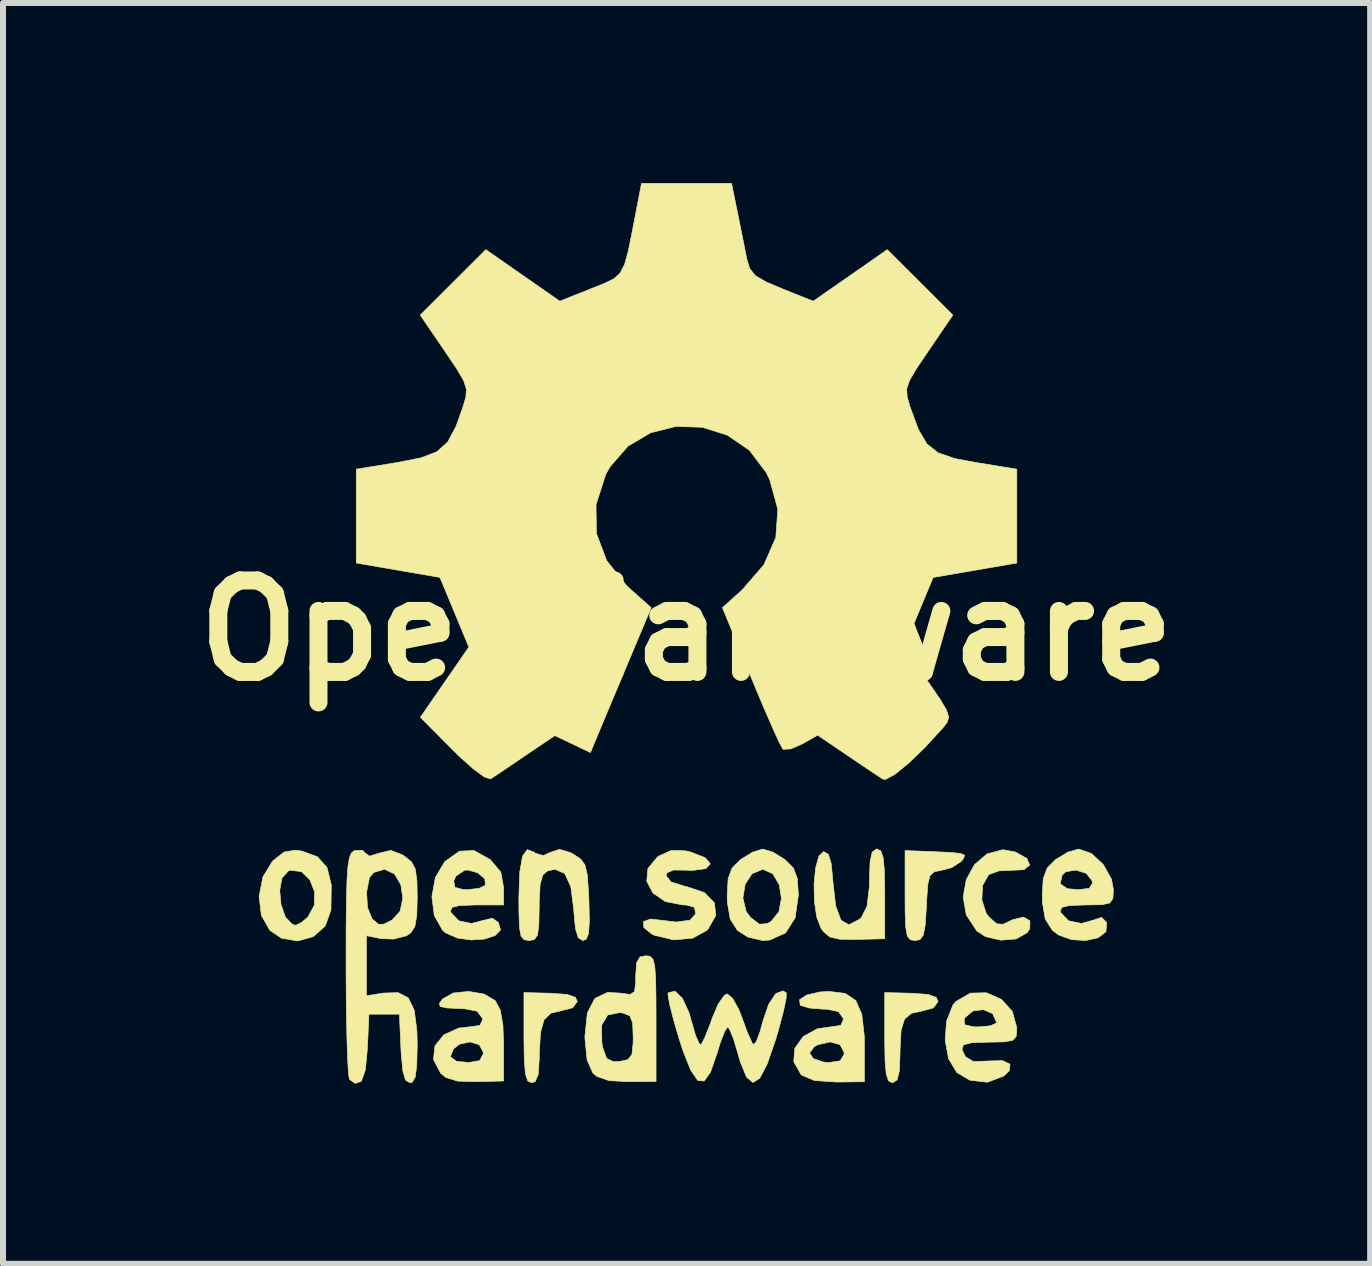
<source format=kicad_pcb>
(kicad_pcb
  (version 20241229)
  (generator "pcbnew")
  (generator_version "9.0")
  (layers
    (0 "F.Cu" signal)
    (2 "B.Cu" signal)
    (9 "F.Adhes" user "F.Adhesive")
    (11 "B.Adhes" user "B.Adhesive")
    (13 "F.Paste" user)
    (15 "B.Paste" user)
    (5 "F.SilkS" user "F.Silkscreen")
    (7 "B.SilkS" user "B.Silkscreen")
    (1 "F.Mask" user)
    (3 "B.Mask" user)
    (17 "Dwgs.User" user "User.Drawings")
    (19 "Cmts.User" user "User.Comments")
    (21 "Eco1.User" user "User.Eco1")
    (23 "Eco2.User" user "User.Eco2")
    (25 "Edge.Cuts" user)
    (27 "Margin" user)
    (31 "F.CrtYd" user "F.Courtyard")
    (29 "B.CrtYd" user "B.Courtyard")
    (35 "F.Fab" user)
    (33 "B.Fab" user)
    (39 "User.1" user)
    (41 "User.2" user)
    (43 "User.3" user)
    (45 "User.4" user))
  (footprint "OpenHardware"
    (layer "F.Cu")
    (at 8.389 7.456)
    (property "Reference" "OpenHardware" (at 0 0 0) (layer "F.SilkS") (effects (font (size 1.524 1.524) (thickness 0.3))))
    (attr through_hole)
    (fp_poly (pts (xy -2.265 6.043) (xy -1.989 6.063) (xy -1.851 6.112) (xy -1.82 6.181) (xy -1.899 6.286) (xy -2.087 6.334) (xy -2.264 6.377) (xy -2.375 6.488) (xy -2.433 6.697) (xy -2.453 7.035) (xy -2.454 7.133) (xy -2.47 7.392) (xy -2.522 7.515) (xy -2.582 7.535) (xy -2.645 7.505) (xy -2.683 7.396) (xy -2.703 7.179) (xy -2.709 6.824) (xy -2.709 6.784) (xy -2.709 6.032) (xy -2.265 6.043)) (stroke (width 0.01) (type solid)) (fill yes) (layer "F.SilkS"))
    (fp_poly (pts (xy 3.747 6.043) (xy 4.022 6.063) (xy 4.16 6.112) (xy 4.191 6.181) (xy 4.114 6.287) (xy 3.937 6.336) (xy 3.746 6.378) (xy 3.632 6.474) (xy 3.575 6.659) (xy 3.558 6.97) (xy 3.557 7.048) (xy 3.546 7.337) (xy 3.508 7.488) (xy 3.436 7.535) (xy 3.429 7.535) (xy 3.367 7.505) (xy 3.328 7.396) (xy 3.308 7.179) (xy 3.302 6.824) (xy 3.302 6.784) (xy 3.302 6.032) (xy 3.747 6.043)) (stroke (width 0.01) (type solid)) (fill yes) (layer "F.SilkS"))
    (fp_poly (pts (xy 4.085 3.683) (xy 4.398 3.697) (xy 4.571 3.715) (xy 4.633 3.745) (xy 4.614 3.8) (xy 4.576 3.847) (xy 4.418 3.95) (xy 4.248 3.995) (xy 4.128 4.019) (xy 4.057 4.082) (xy 4.021 4.222) (xy 4.002 4.48) (xy 3.997 4.593) (xy 3.978 4.899) (xy 3.946 5.072) (xy 3.89 5.149) (xy 3.806 5.165) (xy 3.727 5.151) (xy 3.678 5.088) (xy 3.652 4.943) (xy 3.642 4.684) (xy 3.641 4.415) (xy 3.641 3.666) (xy 4.085 3.683)) (stroke (width 0.01) (type solid)) (fill yes) (layer "F.SilkS"))
    (fp_poly (pts (xy 5.476 3.688) (xy 5.671 3.797) (xy 5.717 3.908) (xy 5.621 3.985) (xy 5.435 3.994) (xy 5.204 4.004) (xy 5.035 4.066) (xy 5.033 4.068) (xy 4.933 4.246) (xy 4.92 4.488) (xy 4.994 4.714) (xy 5.044 4.778) (xy 5.168 4.886) (xy 5.274 4.894) (xy 5.433 4.818) (xy 5.614 4.774) (xy 5.722 4.836) (xy 5.719 4.968) (xy 5.676 5.034) (xy 5.493 5.138) (xy 5.238 5.159) (xy 4.982 5.1) (xy 4.835 5.004) (xy 4.661 4.738) (xy 4.609 4.443) (xy 4.66 4.152) (xy 4.798 3.9) (xy 5.006 3.722) (xy 5.267 3.652) (xy 5.476 3.688)) (stroke (width 0.01) (type solid)) (fill yes) (layer "F.SilkS"))
    (fp_poly (pts (xy 3.237 3.671) (xy 3.276 3.78) (xy 3.296 3.998) (xy 3.302 4.354) (xy 3.302 4.388) (xy 3.302 5.135) (xy 2.837 5.147) (xy 2.555 5.144) (xy 2.388 5.106) (xy 2.279 5.014) (xy 2.24 4.959) (xy 2.168 4.77) (xy 2.13 4.507) (xy 2.125 4.218) (xy 2.151 3.953) (xy 2.205 3.758) (xy 2.286 3.683) (xy 2.363 3.729) (xy 2.411 3.885) (xy 2.439 4.18) (xy 2.439 4.188) (xy 2.485 4.589) (xy 2.574 4.827) (xy 2.705 4.902) (xy 2.878 4.813) (xy 2.915 4.778) (xy 3.007 4.594) (xy 3.046 4.269) (xy 3.048 4.143) (xy 3.058 3.85) (xy 3.093 3.693) (xy 3.162 3.641) (xy 3.175 3.641) (xy 3.237 3.671)) (stroke (width 0.01) (type solid)) (fill yes) (layer "F.SilkS"))
    (fp_poly (pts (xy -6.408 3.675) (xy -6.149 3.77) (xy -5.99 3.949) (xy -5.919 4.237) (xy -5.925 4.657) (xy -6.019 4.922) (xy -6.218 5.099) (xy -6.477 5.172) (xy -6.75 5.126) (xy -6.943 4.995) (xy -7.084 4.746) (xy -7.122 4.429) (xy -7.102 4.33) (xy -6.778 4.33) (xy -6.757 4.566) (xy -6.683 4.775) (xy -6.565 4.898) (xy -6.508 4.911) (xy -6.406 4.857) (xy -6.309 4.773) (xy -6.202 4.578) (xy -6.197 4.356) (xy -6.275 4.154) (xy -6.416 4.017) (xy -6.6 3.994) (xy -6.635 4.006) (xy -6.741 4.124) (xy -6.778 4.33) (xy -7.102 4.33) (xy -7.059 4.106) (xy -6.899 3.843) (xy -6.895 3.839) (xy -6.705 3.69) (xy -6.513 3.659) (xy -6.408 3.675)) (stroke (width 0.01) (type solid)) (fill yes) (layer "F.SilkS"))
    (fp_poly (pts (xy -0.022 3.67) (xy 0.069 3.691) (xy 0.312 3.785) (xy 0.395 3.887) (xy 0.322 3.967) (xy 0.099 3.997) (xy 0.021 3.993) (xy -0.217 3.99) (xy -0.324 4.035) (xy -0.339 4.088) (xy -0.258 4.189) (xy -0.03 4.261) (xy -0.003 4.265) (xy 0.296 4.366) (xy 0.464 4.536) (xy 0.488 4.748) (xy 0.357 4.976) (xy 0.339 4.995) (xy 0.1 5.126) (xy -0.213 5.154) (xy -0.537 5.077) (xy -0.574 5.06) (xy -0.711 4.95) (xy -0.718 4.849) (xy -0.6 4.807) (xy -0.541 4.813) (xy -0.168 4.857) (xy 0.061 4.825) (xy 0.152 4.72) (xy 0.133 4.611) (xy -0.008 4.573) (xy -0.06 4.572) (xy -0.353 4.516) (xy -0.56 4.373) (xy -0.663 4.178) (xy -0.644 3.966) (xy -0.486 3.774) (xy -0.46 3.756) (xy -0.255 3.664) (xy -0.022 3.67)) (stroke (width 0.01) (type solid)) (fill yes) (layer "F.SilkS"))
    (fp_poly (pts (xy -3.375 6.056) (xy -3.188 6.166) (xy -3.104 6.322) (xy -3.059 6.578) (xy -3.048 6.913) (xy -3.048 7.505) (xy -3.503 7.517) (xy -3.816 7.507) (xy -4.01 7.447) (xy -4.096 7.378) (xy -4.217 7.147) (xy -4.212 7.103) (xy -3.936 7.103) (xy -3.83 7.178) (xy -3.627 7.197) (xy -3.447 7.166) (xy -3.388 7.056) (xy -3.387 7.027) (xy -3.453 6.901) (xy -3.607 6.854) (xy -3.784 6.893) (xy -3.884 6.972) (xy -3.936 7.103) (xy -4.212 7.103) (xy -4.192 6.921) (xy -4.043 6.735) (xy -3.791 6.622) (xy -3.616 6.604) (xy -3.443 6.579) (xy -3.399 6.487) (xy -3.404 6.456) (xy -3.489 6.343) (xy -3.705 6.301) (xy -3.727 6.3) (xy -3.987 6.289) (xy -4.107 6.264) (xy -4.116 6.21) (xy -4.064 6.138) (xy -3.887 6.039) (xy -3.633 6.013) (xy -3.375 6.056)) (stroke (width 0.01) (type solid)) (fill yes) (layer "F.SilkS"))
    (fp_poly (pts (xy -1.935 3.7) (xy -1.883 3.728) (xy -1.765 3.806) (xy -1.693 3.905) (xy -1.654 4.068) (xy -1.634 4.337) (xy -1.626 4.511) (xy -1.619 4.849) (xy -1.633 5.05) (xy -1.672 5.144) (xy -1.728 5.165) (xy -1.804 5.12) (xy -1.851 4.967) (xy -1.878 4.675) (xy -1.88 4.644) (xy -1.928 4.268) (xy -2.03 4.048) (xy -2.191 3.978) (xy -2.317 4.006) (xy -2.396 4.074) (xy -2.439 4.229) (xy -2.455 4.505) (xy -2.455 4.612) (xy -2.461 4.91) (xy -2.484 5.077) (xy -2.537 5.15) (xy -2.625 5.165) (xy -2.707 5.151) (xy -2.758 5.089) (xy -2.784 4.944) (xy -2.793 4.683) (xy -2.794 4.45) (xy -2.779 4.023) (xy -2.732 3.758) (xy -2.653 3.65) (xy -2.538 3.694) (xy -2.522 3.71) (xy -2.387 3.749) (xy -2.274 3.698) (xy -2.117 3.645) (xy -1.935 3.7)) (stroke (width 0.01) (type solid)) (fill yes) (layer "F.SilkS"))
    (fp_poly (pts (xy 1.436 3.691) (xy 1.634 3.812) (xy 1.64 3.816) (xy 1.78 3.957) (xy 1.846 4.13) (xy 1.863 4.403) (xy 1.863 4.409) (xy 1.809 4.788) (xy 1.65 5.038) (xy 1.389 5.156) (xy 1.27 5.165) (xy 1.021 5.107) (xy 0.847 4.995) (xy 0.728 4.808) (xy 0.68 4.528) (xy 0.678 4.458) (xy 0.939 4.458) (xy 0.994 4.682) (xy 1.064 4.778) (xy 1.213 4.893) (xy 1.342 4.884) (xy 1.411 4.845) (xy 1.539 4.685) (xy 1.581 4.462) (xy 1.544 4.234) (xy 1.439 4.054) (xy 1.274 3.979) (xy 1.27 3.979) (xy 1.091 4.051) (xy 0.976 4.229) (xy 0.939 4.458) (xy 0.678 4.458) (xy 0.677 4.409) (xy 0.693 4.134) (xy 0.758 3.959) (xy 0.897 3.818) (xy 0.9 3.816) (xy 1.098 3.694) (xy 1.266 3.641) (xy 1.27 3.641) (xy 1.436 3.691)) (stroke (width 0.01) (type solid)) (fill yes) (layer "F.SilkS"))
    (fp_poly (pts (xy 2.645 6.046) (xy 2.82 6.165) (xy 2.92 6.392) (xy 2.961 6.752) (xy 2.963 6.919) (xy 2.963 7.518) (xy 2.5 7.523) (xy 2.131 7.497) (xy 1.917 7.408) (xy 1.908 7.399) (xy 1.786 7.183) (xy 1.798 7.039) (xy 2.05 7.039) (xy 2.113 7.134) (xy 2.287 7.191) (xy 2.376 7.197) (xy 2.559 7.169) (xy 2.623 7.066) (xy 2.625 7.027) (xy 2.557 6.9) (xy 2.393 6.854) (xy 2.186 6.902) (xy 2.127 6.934) (xy 2.05 7.039) (xy 1.798 7.039) (xy 1.805 6.96) (xy 1.943 6.765) (xy 2.177 6.636) (xy 2.396 6.604) (xy 2.569 6.579) (xy 2.612 6.487) (xy 2.608 6.456) (xy 2.531 6.349) (xy 2.337 6.309) (xy 2.271 6.308) (xy 2.049 6.29) (xy 1.905 6.248) (xy 1.894 6.24) (xy 1.883 6.151) (xy 2.004 6.072) (xy 2.221 6.022) (xy 2.379 6.013) (xy 2.645 6.046)) (stroke (width 0.01) (type solid)) (fill yes) (layer "F.SilkS"))
    (fp_poly (pts (xy 5.244 6.143) (xy 5.428 6.344) (xy 5.503 6.62) (xy 5.503 6.631) (xy 5.493 6.761) (xy 5.435 6.828) (xy 5.287 6.854) (xy 5.038 6.858) (xy 4.752 6.867) (xy 4.611 6.905) (xy 4.59 6.986) (xy 4.649 7.103) (xy 4.781 7.182) (xy 5.028 7.172) (xy 5.266 7.166) (xy 5.39 7.226) (xy 5.378 7.334) (xy 5.288 7.421) (xy 5.014 7.526) (xy 4.718 7.492) (xy 4.503 7.363) (xy 4.366 7.135) (xy 4.309 6.826) (xy 4.333 6.505) (xy 4.342 6.484) (xy 4.624 6.484) (xy 4.636 6.568) (xy 4.778 6.602) (xy 4.871 6.604) (xy 5.066 6.585) (xy 5.162 6.539) (xy 5.165 6.53) (xy 5.1 6.383) (xy 4.947 6.317) (xy 4.772 6.338) (xy 4.639 6.45) (xy 4.624 6.484) (xy 4.342 6.484) (xy 4.438 6.24) (xy 4.487 6.181) (xy 4.729 6.041) (xy 4.996 6.035) (xy 5.244 6.143)) (stroke (width 0.01) (type solid)) (fill yes) (layer "F.SilkS"))
    (fp_poly (pts (xy -3.271 3.816) (xy -3.271 3.816) (xy -3.095 4.024) (xy -3.048 4.282) (xy -3.048 4.572) (xy -3.511 4.572) (xy -3.779 4.581) (xy -3.909 4.613) (xy -3.932 4.677) (xy -3.927 4.696) (xy -3.793 4.837) (xy -3.581 4.881) (xy -3.399 4.832) (xy -3.236 4.793) (xy -3.136 4.864) (xy -3.099 4.988) (xy -3.189 5.082) (xy -3.365 5.14) (xy -3.588 5.156) (xy -3.817 5.124) (xy -4.011 5.039) (xy -4.064 4.995) (xy -4.203 4.749) (xy -4.243 4.433) (xy -4.195 4.171) (xy -3.879 4.171) (xy -3.859 4.278) (xy -3.721 4.316) (xy -3.652 4.318) (xy -3.456 4.295) (xy -3.35 4.243) (xy -3.362 4.135) (xy -3.48 4.036) (xy -3.643 3.99) (xy -3.699 3.994) (xy -3.842 4.091) (xy -3.879 4.171) (xy -4.195 4.171) (xy -4.184 4.113) (xy -4.031 3.854) (xy -4.026 3.848) (xy -3.782 3.676) (xy -3.541 3.666) (xy -3.271 3.816)) (stroke (width 0.01) (type solid)) (fill yes) (layer "F.SilkS"))
    (fp_poly (pts (xy -0.607 5.428) (xy -0.559 5.476) (xy -0.53 5.589) (xy -0.515 5.795) (xy -0.509 6.123) (xy -0.508 6.466) (xy -0.508 7.513) (xy -0.967 7.517) (xy -1.292 7.499) (xy -1.493 7.429) (xy -1.56 7.373) (xy -1.657 7.156) (xy -1.693 6.791) (xy -1.693 6.759) (xy -1.674 6.577) (xy -1.415 6.577) (xy -1.411 6.868) (xy -1.396 6.949) (xy -1.332 7.129) (xy -1.217 7.185) (xy -1.114 7.18) (xy -0.975 7.148) (xy -0.909 7.062) (xy -0.89 6.872) (xy -0.889 6.773) (xy -0.898 6.537) (xy -0.945 6.42) (xy -1.056 6.374) (xy -1.115 6.366) (xy -1.314 6.406) (xy -1.415 6.577) (xy -1.674 6.577) (xy -1.653 6.372) (xy -1.528 6.13) (xy -1.315 6.029) (xy -1.103 6.041) (xy -0.939 6.063) (xy -0.866 6.016) (xy -0.847 5.856) (xy -0.847 5.755) (xy -0.832 5.534) (xy -0.774 5.437) (xy -0.677 5.419) (xy -0.607 5.428)) (stroke (width 0.01) (type solid)) (fill yes) (layer "F.SilkS"))
    (fp_poly (pts (xy 6.748 3.715) (xy 6.945 3.9) (xy 7.08 4.142) (xy 7.112 4.314) (xy 7.104 4.462) (xy 7.054 4.539) (xy 6.918 4.568) (xy 6.656 4.572) (xy 6.649 4.572) (xy 6.381 4.581) (xy 6.251 4.613) (xy 6.228 4.677) (xy 6.233 4.696) (xy 6.367 4.837) (xy 6.581 4.88) (xy 6.771 4.827) (xy 6.915 4.779) (xy 6.991 4.855) (xy 6.999 4.873) (xy 6.988 5.019) (xy 6.858 5.118) (xy 6.653 5.164) (xy 6.418 5.151) (xy 6.199 5.073) (xy 6.096 4.995) (xy 5.977 4.808) (xy 5.929 4.528) (xy 5.927 4.409) (xy 5.938 4.22) (xy 6.225 4.22) (xy 6.344 4.301) (xy 6.531 4.318) (xy 6.711 4.295) (xy 6.762 4.211) (xy 6.758 4.17) (xy 6.662 4.047) (xy 6.489 3.991) (xy 6.32 4.018) (xy 6.259 4.074) (xy 6.225 4.22) (xy 5.938 4.22) (xy 5.943 4.134) (xy 6.008 3.959) (xy 6.147 3.818) (xy 6.15 3.816) (xy 6.352 3.693) (xy 6.532 3.641) (xy 6.535 3.641) (xy 6.748 3.715)) (stroke (width 0.01) (type solid)) (fill yes) (layer "F.SilkS"))
    (fp_poly (pts (xy 1.662 6.036) (xy 1.659 6.132) (xy 1.613 6.35) (xy 1.533 6.652) (xy 1.485 6.814) (xy 1.345 7.219) (xy 1.221 7.458) (xy 1.108 7.531) (xy 1.001 7.442) (xy 0.897 7.191) (xy 0.856 7.047) (xy 0.782 6.802) (xy 0.716 6.641) (xy 0.685 6.604) (xy 0.635 6.678) (xy 0.562 6.869) (xy 0.507 7.047) (xy 0.4 7.356) (xy 0.295 7.506) (xy 0.187 7.497) (xy 0.069 7.324) (xy -0.064 6.988) (xy -0.121 6.811) (xy -0.217 6.484) (xy -0.283 6.221) (xy -0.31 6.063) (xy -0.305 6.035) (xy -0.191 6.009) (xy -0.069 6.128) (xy 0.041 6.366) (xy 0.084 6.517) (xy 0.151 6.749) (xy 0.212 6.884) (xy 0.242 6.899) (xy 0.299 6.793) (xy 0.383 6.584) (xy 0.431 6.45) (xy 0.529 6.221) (xy 0.631 6.078) (xy 0.677 6.054) (xy 0.767 6.127) (xy 0.871 6.314) (xy 0.924 6.45) (xy 1.012 6.691) (xy 1.087 6.859) (xy 1.112 6.899) (xy 1.16 6.855) (xy 1.224 6.687) (xy 1.27 6.517) (xy 1.368 6.228) (xy 1.487 6.049) (xy 1.608 6.004) (xy 1.662 6.036)) (stroke (width 0.01) (type solid)) (fill yes) (layer "F.SilkS"))
    (fp_poly (pts (xy -5.355 3.706) (xy -5.282 3.759) (xy -5.12 3.709) (xy -4.928 3.663) (xy -4.736 3.736) (xy -4.702 3.758) (xy -4.584 3.853) (xy -4.519 3.974) (xy -4.492 4.172) (xy -4.487 4.444) (xy -4.495 4.75) (xy -4.527 4.933) (xy -4.595 5.037) (xy -4.667 5.086) (xy -4.884 5.141) (xy -5.09 5.133) (xy -5.334 5.084) (xy -5.334 6.085) (xy -5.052 6.04) (xy -4.804 6.033) (xy -4.636 6.121) (xy -4.537 6.325) (xy -4.493 6.663) (xy -4.487 6.906) (xy -4.495 7.242) (xy -4.52 7.438) (xy -4.569 7.524) (xy -4.61 7.535) (xy -4.682 7.491) (xy -4.727 7.338) (xy -4.754 7.049) (xy -4.759 6.964) (xy -4.784 6.392) (xy -5.292 6.392) (xy -5.317 6.964) (xy -5.351 7.318) (xy -5.418 7.511) (xy -5.521 7.546) (xy -5.616 7.479) (xy -5.633 7.381) (xy -5.647 7.139) (xy -5.659 6.779) (xy -5.668 6.325) (xy -5.672 5.802) (xy -5.673 5.571) (xy -5.672 4.961) (xy -5.667 4.498) (xy -5.663 4.359) (xy -5.331 4.359) (xy -5.316 4.614) (xy -5.242 4.798) (xy -5.232 4.809) (xy -5.134 4.894) (xy -5.043 4.892) (xy -4.905 4.823) (xy -4.772 4.675) (xy -4.727 4.46) (xy -4.761 4.235) (xy -4.865 4.056) (xy -5.03 3.979) (xy -5.038 3.979) (xy -5.211 4.031) (xy -5.283 4.113) (xy -5.331 4.359) (xy -5.663 4.359) (xy -5.658 4.163) (xy -5.642 3.934) (xy -5.618 3.789) (xy -5.585 3.708) (xy -5.54 3.67) (xy -5.53 3.665) (xy -5.395 3.663) (xy -5.355 3.706)) (stroke (width 0.01) (type solid)) (fill yes) (layer "F.SilkS"))
    (fp_poly (pts (xy 0.849 -6.964) (xy 0.915 -6.638) (xy 0.976 -6.333) (xy 1.004 -6.192) (xy 1.052 -6.031) (xy 1.146 -5.914) (xy 1.324 -5.809) (xy 1.586 -5.698) (xy 2.111 -5.488) (xy 2.728 -5.917) (xy 3.344 -6.347) (xy 3.891 -5.801) (xy 4.437 -5.256) (xy 4.027 -4.655) (xy 3.83 -4.363) (xy 3.715 -4.166) (xy 3.668 -4.023) (xy 3.677 -3.89) (xy 3.725 -3.725) (xy 3.727 -3.721) (xy 3.862 -3.353) (xy 4.003 -3.111) (xy 4.193 -2.961) (xy 4.473 -2.865) (xy 4.814 -2.801) (xy 5.503 -2.689) (xy 5.503 -1.125) (xy 4.806 -1.005) (xy 4.109 -0.885) (xy 3.868 -0.305) (xy 3.627 0.275) (xy 4.028 0.857) (xy 4.223 1.142) (xy 4.332 1.325) (xy 4.368 1.442) (xy 4.343 1.53) (xy 4.268 1.625) (xy 3.969 1.951) (xy 3.695 2.215) (xy 3.469 2.398) (xy 3.315 2.48) (xy 3.272 2.476) (xy 3.155 2.399) (xy 2.943 2.257) (xy 2.683 2.081) (xy 2.678 2.078) (xy 2.184 1.743) (xy 1.925 1.891) (xy 1.738 1.972) (xy 1.613 1.979) (xy 1.603 1.972) (xy 1.549 1.873) (xy 1.446 1.648) (xy 1.304 1.324) (xy 1.139 0.933) (xy 1.069 0.762) (xy 0.598 -0.381) (xy 0.927 -0.677) (xy 1.289 -1.096) (xy 1.487 -1.547) (xy 1.521 -2.021) (xy 1.387 -2.51) (xy 1.328 -2.633) (xy 1.047 -3.004) (xy 0.681 -3.255) (xy 0.263 -3.387) (xy -0.174 -3.401) (xy -0.598 -3.295) (xy -0.976 -3.072) (xy -1.274 -2.73) (xy -1.347 -2.599) (xy -1.508 -2.099) (xy -1.502 -1.619) (xy -1.331 -1.165) (xy -0.995 -0.744) (xy -0.922 -0.677) (xy -0.589 -0.381) (xy -0.963 0.508) (xy -1.128 0.901) (xy -1.283 1.27) (xy -1.407 1.567) (xy -1.469 1.715) (xy -1.601 2.033) (xy -1.898 1.891) (xy -2.195 1.75) (xy -2.684 2.081) (xy -2.942 2.256) (xy -3.151 2.397) (xy -3.265 2.472) (xy -3.265 2.472) (xy -3.363 2.443) (xy -3.547 2.31) (xy -3.788 2.095) (xy -3.896 1.989) (xy -4.434 1.445) (xy -3.627 0.275) (xy -3.868 -0.305) (xy -4.109 -0.885) (xy -4.806 -1.005) (xy -5.503 -1.125) (xy -5.503 -2.689) (xy -4.814 -2.801) (xy -4.424 -2.878) (xy -4.16 -2.979) (xy -3.98 -3.141) (xy -3.842 -3.399) (xy -3.727 -3.721) (xy -3.677 -3.888) (xy -3.668 -4.021) (xy -3.713 -4.163) (xy -3.827 -4.358) (xy -4.022 -4.648) (xy -4.027 -4.655) (xy -4.437 -5.256) (xy -3.891 -5.801) (xy -3.344 -6.347) (xy -2.728 -5.917) (xy -2.111 -5.488) (xy -1.585 -5.698) (xy -1.365 -5.786) (xy -1.211 -5.861) (xy -1.107 -5.955) (xy -1.032 -6.101) (xy -0.97 -6.328) (xy -0.901 -6.669) (xy -0.844 -6.964) (xy -0.75 -7.451) (xy 0.75 -7.451) (xy 0.849 -6.964)) (stroke (width 0.01) (type solid)) (fill yes) (layer "F.SilkS")))
  (gr_rect
    (start -3 -3)
    (end 19.779 18.007)
    (stroke (width 0.1) (type default))
    (fill no)
    (layer "Edge.Cuts")))
</source>
